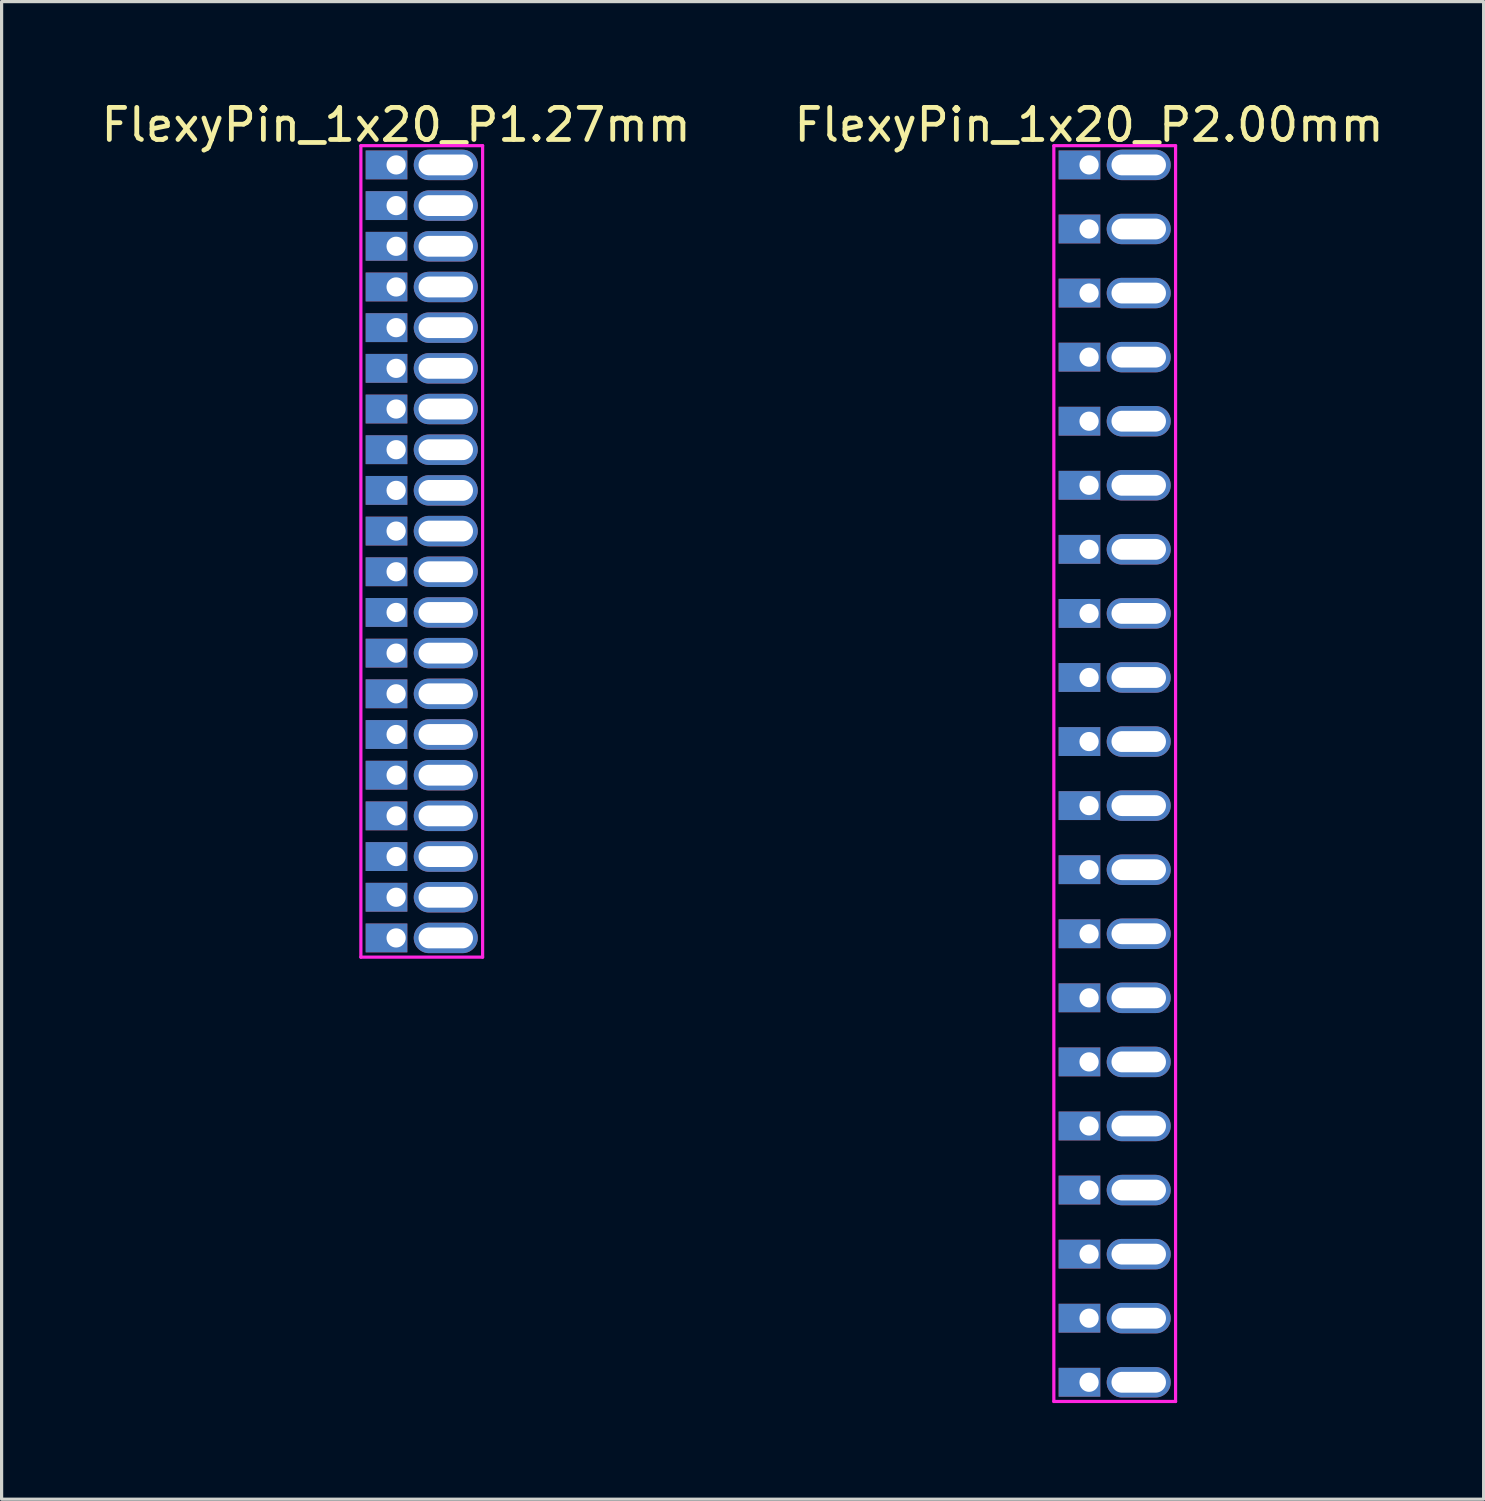
<source format=kicad_pcb>
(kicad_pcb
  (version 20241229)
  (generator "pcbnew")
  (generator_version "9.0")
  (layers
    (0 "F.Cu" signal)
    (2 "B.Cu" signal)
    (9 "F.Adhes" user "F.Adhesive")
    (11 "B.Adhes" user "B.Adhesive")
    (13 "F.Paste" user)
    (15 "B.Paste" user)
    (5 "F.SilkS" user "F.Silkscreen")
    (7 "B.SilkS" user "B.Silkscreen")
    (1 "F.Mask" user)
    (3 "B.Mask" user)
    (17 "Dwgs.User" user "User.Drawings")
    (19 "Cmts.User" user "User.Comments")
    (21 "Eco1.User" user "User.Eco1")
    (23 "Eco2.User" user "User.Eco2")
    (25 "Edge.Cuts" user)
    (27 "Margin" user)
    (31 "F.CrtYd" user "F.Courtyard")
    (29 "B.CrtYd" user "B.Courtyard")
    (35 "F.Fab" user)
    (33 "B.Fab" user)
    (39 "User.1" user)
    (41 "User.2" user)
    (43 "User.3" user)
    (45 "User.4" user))
  (footprint "FlexyPin_1x20_P1.27mm"
    (layer "F.Cu")
    (at 9.315 2.098)
    (property "Reference" "FlexyPin_1x20_P1.27mm" (at 0 -1.25 0) (layer "F.SilkS") (effects (font (size 1 1) (thickness 0.15))))
    (attr through_hole)
    (fp_line (start -1.1 -0.6) (end 2.7 -0.6) (stroke (width 0.1) (type solid)) (layer "F.CrtYd"))
    (fp_line (start -1.1 24.73) (end -1.1 -0.6) (stroke (width 0.1) (type solid)) (layer "F.CrtYd"))
    (fp_line (start 2.7 -0.6) (end 2.7 24.73) (stroke (width 0.1) (type solid)) (layer "F.CrtYd"))
    (fp_line (start 2.7 24.73) (end -1.1 24.73) (stroke (width 0.1) (type solid)) (layer "F.CrtYd"))
    (pad "" thru_hole oval (at 1.55 0) (size 2 0.95) (drill oval 1.7 0.65) (layers "*.Cu" "*.Mask"))
    (pad "" thru_hole oval (at 1.55 1.27) (size 2 0.95) (drill oval 1.7 0.65) (layers "*.Cu" "*.Mask"))
    (pad "" thru_hole oval (at 1.55 2.54) (size 2 0.95) (drill oval 1.7 0.65) (layers "*.Cu" "*.Mask"))
    (pad "" thru_hole oval (at 1.55 3.81) (size 2 0.95) (drill oval 1.7 0.65) (layers "*.Cu" "*.Mask"))
    (pad "" thru_hole oval (at 1.55 5.08) (size 2 0.95) (drill oval 1.7 0.65) (layers "*.Cu" "*.Mask"))
    (pad "" thru_hole oval (at 1.55 6.35) (size 2 0.95) (drill oval 1.7 0.65) (layers "*.Cu" "*.Mask"))
    (pad "" thru_hole oval (at 1.55 7.62) (size 2 0.95) (drill oval 1.7 0.65) (layers "*.Cu" "*.Mask"))
    (pad "" thru_hole oval (at 1.55 8.89) (size 2 0.95) (drill oval 1.7 0.65) (layers "*.Cu" "*.Mask"))
    (pad "" thru_hole oval (at 1.55 10.16) (size 2 0.95) (drill oval 1.7 0.65) (layers "*.Cu" "*.Mask"))
    (pad "" thru_hole oval (at 1.55 11.43) (size 2 0.95) (drill oval 1.7 0.65) (layers "*.Cu" "*.Mask"))
    (pad "" thru_hole oval (at 1.55 12.7) (size 2 0.95) (drill oval 1.7 0.65) (layers "*.Cu" "*.Mask"))
    (pad "" thru_hole oval (at 1.55 13.97) (size 2 0.95) (drill oval 1.7 0.65) (layers "*.Cu" "*.Mask"))
    (pad "" thru_hole oval (at 1.55 15.24) (size 2 0.95) (drill oval 1.7 0.65) (layers "*.Cu" "*.Mask"))
    (pad "" thru_hole oval (at 1.55 16.51) (size 2 0.95) (drill oval 1.7 0.65) (layers "*.Cu" "*.Mask"))
    (pad "" thru_hole oval (at 1.55 17.78) (size 2 0.95) (drill oval 1.7 0.65) (layers "*.Cu" "*.Mask"))
    (pad "" thru_hole oval (at 1.55 19.05) (size 2 0.95) (drill oval 1.7 0.65) (layers "*.Cu" "*.Mask"))
    (pad "" thru_hole oval (at 1.55 20.32) (size 2 0.95) (drill oval 1.7 0.65) (layers "*.Cu" "*.Mask"))
    (pad "" thru_hole oval (at 1.55 21.59) (size 2 0.95) (drill oval 1.7 0.65) (layers "*.Cu" "*.Mask"))
    (pad "" thru_hole oval (at 1.55 22.86) (size 2 0.95) (drill oval 1.7 0.65) (layers "*.Cu" "*.Mask"))
    (pad "" thru_hole oval (at 1.55 24.13) (size 2 0.95) (drill oval 1.7 0.65) (layers "*.Cu" "*.Mask"))
    (pad "1" thru_hole rect (at 0 0) (size 1.3 0.9) (drill 0.6 (offset -0.3 0)) (layers "*.Cu" "*.Mask"))
    (pad "2" thru_hole rect (at 0 1.27) (size 1.3 0.9) (drill 0.6 (offset -0.3 0)) (layers "*.Cu" "*.Mask"))
    (pad "3" thru_hole rect (at 0 2.54) (size 1.3 0.9) (drill 0.6 (offset -0.3 0)) (layers "*.Cu" "*.Mask"))
    (pad "4" thru_hole rect (at 0 3.81) (size 1.3 0.9) (drill 0.6 (offset -0.3 0)) (layers "*.Cu" "*.Mask"))
    (pad "5" thru_hole rect (at 0 5.08) (size 1.3 0.9) (drill 0.6 (offset -0.3 0)) (layers "*.Cu" "*.Mask"))
    (pad "6" thru_hole rect (at 0 6.35) (size 1.3 0.9) (drill 0.6 (offset -0.3 0)) (layers "*.Cu" "*.Mask"))
    (pad "7" thru_hole rect (at 0 7.62) (size 1.3 0.9) (drill 0.6 (offset -0.3 0)) (layers "*.Cu" "*.Mask"))
    (pad "8" thru_hole rect (at 0 8.89) (size 1.3 0.9) (drill 0.6 (offset -0.3 0)) (layers "*.Cu" "*.Mask"))
    (pad "9" thru_hole rect (at 0 10.16) (size 1.3 0.9) (drill 0.6 (offset -0.3 0)) (layers "*.Cu" "*.Mask"))
    (pad "10" thru_hole rect (at 0 11.43) (size 1.3 0.9) (drill 0.6 (offset -0.3 0)) (layers "*.Cu" "*.Mask"))
    (pad "11" thru_hole rect (at 0 12.7) (size 1.3 0.9) (drill 0.6 (offset -0.3 0)) (layers "*.Cu" "*.Mask"))
    (pad "12" thru_hole rect (at 0 13.97) (size 1.3 0.9) (drill 0.6 (offset -0.3 0)) (layers "*.Cu" "*.Mask"))
    (pad "13" thru_hole rect (at 0 15.24) (size 1.3 0.9) (drill 0.6 (offset -0.3 0)) (layers "*.Cu" "*.Mask"))
    (pad "14" thru_hole rect (at 0 16.51) (size 1.3 0.9) (drill 0.6 (offset -0.3 0)) (layers "*.Cu" "*.Mask"))
    (pad "15" thru_hole rect (at 0 17.78) (size 1.3 0.9) (drill 0.6 (offset -0.3 0)) (layers "*.Cu" "*.Mask"))
    (pad "16" thru_hole rect (at 0 19.05) (size 1.3 0.9) (drill 0.6 (offset -0.3 0)) (layers "*.Cu" "*.Mask"))
    (pad "17" thru_hole rect (at 0 20.32) (size 1.3 0.9) (drill 0.6 (offset -0.3 0)) (layers "*.Cu" "*.Mask"))
    (pad "18" thru_hole rect (at 0 21.59) (size 1.3 0.9) (drill 0.6 (offset -0.3 0)) (layers "*.Cu" "*.Mask"))
    (pad "19" thru_hole rect (at 0 22.86) (size 1.3 0.9) (drill 0.6 (offset -0.3 0)) (layers "*.Cu" "*.Mask"))
    (pad "20" thru_hole rect (at 0 24.13) (size 1.3 0.9) (drill 0.6 (offset -0.3 0)) (layers "*.Cu" "*.Mask")))
  (footprint "FlexyPin_1x20_P2.00mm"
    (layer "F.Cu")
    (at 30.946 2.098)
    (property "Reference" "FlexyPin_1x20_P2.00mm" (at 0 -1.25 0) (layer "F.SilkS") (effects (font (size 1 1) (thickness 0.15))))
    (attr through_hole)
    (fp_line (start -1.1 -0.6) (end 2.7 -0.6) (stroke (width 0.1) (type solid)) (layer "F.CrtYd"))
    (fp_line (start -1.1 38.6) (end -1.1 -0.6) (stroke (width 0.1) (type solid)) (layer "F.CrtYd"))
    (fp_line (start 2.7 -0.6) (end 2.7 38.6) (stroke (width 0.1) (type solid)) (layer "F.CrtYd"))
    (fp_line (start 2.7 38.6) (end -1.1 38.6) (stroke (width 0.1) (type solid)) (layer "F.CrtYd"))
    (pad "" thru_hole oval (at 1.55 0) (size 2 0.95) (drill oval 1.7 0.65) (layers "*.Cu" "*.Mask"))
    (pad "" thru_hole oval (at 1.55 2) (size 2 0.95) (drill oval 1.7 0.65) (layers "*.Cu" "*.Mask"))
    (pad "" thru_hole oval (at 1.55 4) (size 2 0.95) (drill oval 1.7 0.65) (layers "*.Cu" "*.Mask"))
    (pad "" thru_hole oval (at 1.55 6) (size 2 0.95) (drill oval 1.7 0.65) (layers "*.Cu" "*.Mask"))
    (pad "" thru_hole oval (at 1.55 8) (size 2 0.95) (drill oval 1.7 0.65) (layers "*.Cu" "*.Mask"))
    (pad "" thru_hole oval (at 1.55 10) (size 2 0.95) (drill oval 1.7 0.65) (layers "*.Cu" "*.Mask"))
    (pad "" thru_hole oval (at 1.55 12) (size 2 0.95) (drill oval 1.7 0.65) (layers "*.Cu" "*.Mask"))
    (pad "" thru_hole oval (at 1.55 14) (size 2 0.95) (drill oval 1.7 0.65) (layers "*.Cu" "*.Mask"))
    (pad "" thru_hole oval (at 1.55 16) (size 2 0.95) (drill oval 1.7 0.65) (layers "*.Cu" "*.Mask"))
    (pad "" thru_hole oval (at 1.55 18) (size 2 0.95) (drill oval 1.7 0.65) (layers "*.Cu" "*.Mask"))
    (pad "" thru_hole oval (at 1.55 20) (size 2 0.95) (drill oval 1.7 0.65) (layers "*.Cu" "*.Mask"))
    (pad "" thru_hole oval (at 1.55 22) (size 2 0.95) (drill oval 1.7 0.65) (layers "*.Cu" "*.Mask"))
    (pad "" thru_hole oval (at 1.55 24) (size 2 0.95) (drill oval 1.7 0.65) (layers "*.Cu" "*.Mask"))
    (pad "" thru_hole oval (at 1.55 26) (size 2 0.95) (drill oval 1.7 0.65) (layers "*.Cu" "*.Mask"))
    (pad "" thru_hole oval (at 1.55 28) (size 2 0.95) (drill oval 1.7 0.65) (layers "*.Cu" "*.Mask"))
    (pad "" thru_hole oval (at 1.55 30) (size 2 0.95) (drill oval 1.7 0.65) (layers "*.Cu" "*.Mask"))
    (pad "" thru_hole oval (at 1.55 32) (size 2 0.95) (drill oval 1.7 0.65) (layers "*.Cu" "*.Mask"))
    (pad "" thru_hole oval (at 1.55 34) (size 2 0.95) (drill oval 1.7 0.65) (layers "*.Cu" "*.Mask"))
    (pad "" thru_hole oval (at 1.55 36) (size 2 0.95) (drill oval 1.7 0.65) (layers "*.Cu" "*.Mask"))
    (pad "" thru_hole oval (at 1.55 38) (size 2 0.95) (drill oval 1.7 0.65) (layers "*.Cu" "*.Mask"))
    (pad "1" thru_hole rect (at 0 0) (size 1.3 0.9) (drill 0.6 (offset -0.3 0)) (layers "*.Cu" "*.Mask"))
    (pad "2" thru_hole rect (at 0 2) (size 1.3 0.9) (drill 0.6 (offset -0.3 0)) (layers "*.Cu" "*.Mask"))
    (pad "3" thru_hole rect (at 0 4) (size 1.3 0.9) (drill 0.6 (offset -0.3 0)) (layers "*.Cu" "*.Mask"))
    (pad "4" thru_hole rect (at 0 6) (size 1.3 0.9) (drill 0.6 (offset -0.3 0)) (layers "*.Cu" "*.Mask"))
    (pad "5" thru_hole rect (at 0 8) (size 1.3 0.9) (drill 0.6 (offset -0.3 0)) (layers "*.Cu" "*.Mask"))
    (pad "6" thru_hole rect (at 0 10) (size 1.3 0.9) (drill 0.6 (offset -0.3 0)) (layers "*.Cu" "*.Mask"))
    (pad "7" thru_hole rect (at 0 12) (size 1.3 0.9) (drill 0.6 (offset -0.3 0)) (layers "*.Cu" "*.Mask"))
    (pad "8" thru_hole rect (at 0 14) (size 1.3 0.9) (drill 0.6 (offset -0.3 0)) (layers "*.Cu" "*.Mask"))
    (pad "9" thru_hole rect (at 0 16) (size 1.3 0.9) (drill 0.6 (offset -0.3 0)) (layers "*.Cu" "*.Mask"))
    (pad "10" thru_hole rect (at 0 18) (size 1.3 0.9) (drill 0.6 (offset -0.3 0)) (layers "*.Cu" "*.Mask"))
    (pad "11" thru_hole rect (at 0 20) (size 1.3 0.9) (drill 0.6 (offset -0.3 0)) (layers "*.Cu" "*.Mask"))
    (pad "12" thru_hole rect (at 0 22) (size 1.3 0.9) (drill 0.6 (offset -0.3 0)) (layers "*.Cu" "*.Mask"))
    (pad "13" thru_hole rect (at 0 24) (size 1.3 0.9) (drill 0.6 (offset -0.3 0)) (layers "*.Cu" "*.Mask"))
    (pad "14" thru_hole rect (at 0 26) (size 1.3 0.9) (drill 0.6 (offset -0.3 0)) (layers "*.Cu" "*.Mask"))
    (pad "15" thru_hole rect (at 0 28) (size 1.3 0.9) (drill 0.6 (offset -0.3 0)) (layers "*.Cu" "*.Mask"))
    (pad "16" thru_hole rect (at 0 30) (size 1.3 0.9) (drill 0.6 (offset -0.3 0)) (layers "*.Cu" "*.Mask"))
    (pad "17" thru_hole rect (at 0 32) (size 1.3 0.9) (drill 0.6 (offset -0.3 0)) (layers "*.Cu" "*.Mask"))
    (pad "18" thru_hole rect (at 0 34) (size 1.3 0.9) (drill 0.6 (offset -0.3 0)) (layers "*.Cu" "*.Mask"))
    (pad "19" thru_hole rect (at 0 36) (size 1.3 0.9) (drill 0.6 (offset -0.3 0)) (layers "*.Cu" "*.Mask"))
    (pad "20" thru_hole rect (at 0 38) (size 1.3 0.9) (drill 0.6 (offset -0.3 0)) (layers "*.Cu" "*.Mask")))
  (gr_rect
    (start -3 -3)
    (end 43.262 43.748)
    (stroke (width 0.1) (type default))
    (fill no)
    (layer "Edge.Cuts")))
</source>
